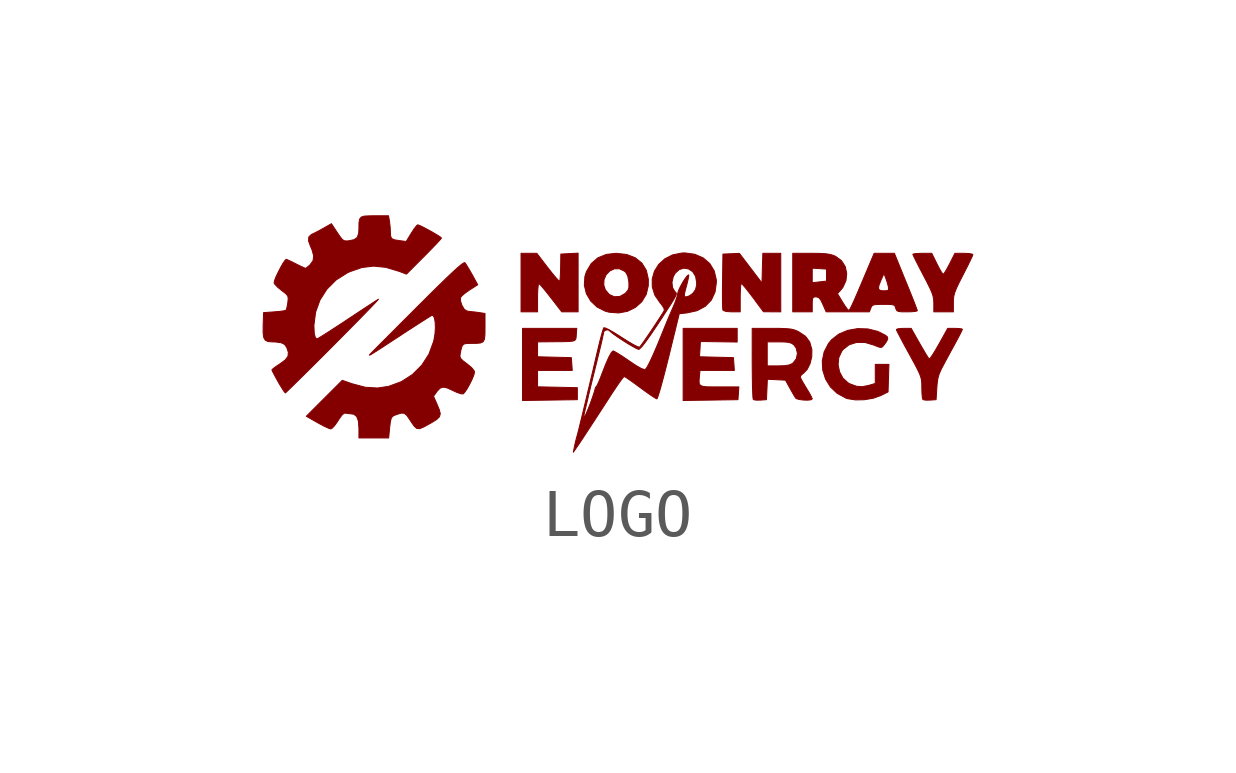
<source format=kicad_sym>
(kicad_symbol_lib
  (version 20231120)
  (generator "kicad_symbol_editor")
  (generator_version "8.0")
  (symbol "LOGO"
    (pin_names
      (offset 1.016))
    (property "Reference" "#G"
      (at 0 4.064 0)
      (effects (font (size 1.27 1.27)) (hide yes)))
    (symbol "LOGO_0_0"
      (polyline (pts (xy 1.947 -1.401) (xy 2.518 -1.392) (xy 2.528 -1.259) (xy 2.537 -1.126) (xy 2.131 -1.126) (xy 2.006 -1.126) (xy 1.871 -1.124) (xy 1.783 -1.114) (xy 1.732 -1.091) (xy 1.71 -1.052) (xy 1.708 -0.99) (xy 1.716 -0.901) (xy 1.727 -0.782) (xy 2.085 -0.782) (xy 2.443 -0.782) (xy 2.434 -0.649) (xy 2.424 -0.516) (xy 2.071 -0.507) (xy 1.717 -0.498) (xy 1.727 -0.339) (xy 1.736 -0.18) (xy 2.119 -0.185) (xy 2.502 -0.191) (xy 2.502 -0.049) (xy 2.502 0.094) (xy 1.939 0.094) (xy 1.376 0.094) (xy 1.376 -0.658) (xy 1.376 -1.409) (xy 1.947 -1.401)) (stroke (width 0.01) (type default)) (fill (type outline)))
      (polyline (pts (xy -1.4 -1.401) (xy -0.829 -1.392) (xy -0.829 -1.267) (xy -0.829 -1.142) (xy -1.243 -1.133) (xy -1.658 -1.124) (xy -1.658 -0.953) (xy -1.658 -0.782) (xy -1.296 -0.782) (xy -0.935 -0.782) (xy -0.944 -0.649) (xy -0.954 -0.516) (xy -1.306 -0.507) (xy -1.658 -0.498) (xy -1.658 -0.343) (xy -1.658 -0.188) (xy -1.353 -0.185) (xy -1.274 -0.184) (xy -1.11 -0.183) (xy -0.996 -0.179) (xy -0.923 -0.171) (xy -0.881 -0.155) (xy -0.861 -0.13) (xy -0.854 -0.092) (xy -0.851 -0.039) (xy -0.841 0.094) (xy -1.406 0.094) (xy -1.971 0.094) (xy -1.971 -0.658) (xy -1.971 -1.409) (xy -1.4 -1.401)) (stroke (width 0.01) (type default)) (fill (type outline)))
      (polyline (pts (xy 2.565 0.735) (xy 2.566 0.812) (xy 2.571 0.925) (xy 2.578 1.002) (xy 2.588 1.031) (xy 2.614 1.008) (xy 2.668 0.945) (xy 2.743 0.85) (xy 2.831 0.735) (xy 3.05 0.44) (xy 3.23 0.439) (xy 3.41 0.438) (xy 3.41 1.048) (xy 3.41 1.658) (xy 3.223 1.658) (xy 3.037 1.658) (xy 3.027 1.348) (xy 3.019 1.038) (xy 2.784 1.347) (xy 2.549 1.656) (xy 2.377 1.649) (xy 2.205 1.642) (xy 2.197 1.08) (xy 2.195 0.917) (xy 2.195 0.751) (xy 2.196 0.616) (xy 2.199 0.521) (xy 2.204 0.478) (xy 2.212 0.467) (xy 2.275 0.445) (xy 2.392 0.438) (xy 2.565 0.438) (xy 2.565 0.735)) (stroke (width 0.01) (type default)) (fill (type outline)))
      (polyline (pts (xy -1.658 0.738) (xy -1.657 0.814) (xy -1.651 0.928) (xy -1.642 1.003) (xy -1.629 1.027) (xy -1.602 1.002) (xy -1.545 0.937) (xy -1.467 0.842) (xy -1.377 0.727) (xy -1.153 0.438) (xy -0.983 0.438) (xy -0.813 0.438) (xy -0.813 1.049) (xy -0.813 1.661) (xy -0.993 1.652) (xy -1.173 1.642) (xy -1.177 1.367) (xy -1.178 1.313) (xy -1.183 1.197) (xy -1.189 1.113) (xy -1.197 1.076) (xy -1.197 1.076) (xy -1.223 1.094) (xy -1.278 1.154) (xy -1.354 1.245) (xy -1.444 1.359) (xy -1.673 1.658) (xy -1.838 1.658) (xy -2.002 1.658) (xy -2.002 1.048) (xy -2.002 0.438) (xy -1.83 0.438) (xy -1.658 0.438) (xy -1.658 0.738)) (stroke (width 0.01) (type default)) (fill (type outline)))
      (polyline (pts (xy 7.007 0.628) (xy 7.008 0.691) (xy 7.016 0.764) (xy 7.036 0.84) (xy 7.072 0.931) (xy 7.128 1.05) (xy 7.21 1.21) (xy 7.236 1.261) (xy 7.306 1.398) (xy 7.362 1.513) (xy 7.4 1.594) (xy 7.414 1.63) (xy 7.393 1.643) (xy 7.325 1.654) (xy 7.226 1.658) (xy 7.039 1.658) (xy 6.929 1.439) (xy 6.915 1.413) (xy 6.862 1.315) (xy 6.819 1.246) (xy 6.795 1.22) (xy 6.792 1.222) (xy 6.763 1.259) (xy 6.718 1.336) (xy 6.665 1.439) (xy 6.557 1.658) (xy 6.359 1.658) (xy 6.265 1.655) (xy 6.191 1.648) (xy 6.162 1.637) (xy 6.166 1.628) (xy 6.192 1.571) (xy 6.24 1.475) (xy 6.305 1.348) (xy 6.381 1.202) (xy 6.453 1.064) (xy 6.518 0.933) (xy 6.561 0.835) (xy 6.586 0.757) (xy 6.597 0.687) (xy 6.6 0.613) (xy 6.6 0.438) (xy 6.804 0.438) (xy 7.007 0.438) (xy 7.007 0.628)) (stroke (width 0.01) (type default)) (fill (type outline)))
      (polyline (pts (xy 0.218 0.45) (xy 0.381 0.53) (xy 0.514 0.649) (xy 0.607 0.802) (xy 0.65 0.983) (xy 0.651 1.118) (xy 0.609 1.303) (xy 0.517 1.453) (xy 0.379 1.564) (xy 0.199 1.634) (xy -0.021 1.658) (xy -0.222 1.636) (xy -0.4 1.565) (xy -0.539 1.445) (xy -0.64 1.275) (xy -0.672 1.173) (xy -0.683 0.995) (xy -0.278 0.995) (xy -0.273 1.11) (xy -0.229 1.211) (xy -0.154 1.289) (xy -0.059 1.334) (xy 0.047 1.336) (xy 0.153 1.286) (xy 0.183 1.258) (xy 0.222 1.185) (xy 0.243 1.07) (xy 0.246 1.036) (xy 0.246 0.948) (xy 0.226 0.888) (xy 0.177 0.831) (xy 0.165 0.82) (xy 0.057 0.759) (xy -0.057 0.753) (xy -0.163 0.8) (xy -0.245 0.897) (xy -0.278 0.995) (xy -0.683 0.995) (xy -0.683 0.992) (xy -0.641 0.818) (xy -0.55 0.663) (xy -0.417 0.537) (xy -0.247 0.452) (xy -0.164 0.43) (xy 0.033 0.415) (xy 0.218 0.45)) (stroke (width 0.01) (type default)) (fill (type outline)))
      (polyline (pts (xy 5.155 -1.393) (xy 5.339 -1.362) (xy 5.495 -1.306) (xy 5.646 -1.231) (xy 5.655 -0.944) (xy 5.664 -0.657) (xy 5.522 -0.657) (xy 5.38 -0.657) (xy 5.38 -0.855) (xy 5.38 -1.054) (xy 5.259 -1.09) (xy 5.24 -1.095) (xy 5.105 -1.122) (xy 4.987 -1.112) (xy 4.855 -1.064) (xy 4.816 -1.043) (xy 4.707 -0.945) (xy 4.636 -0.813) (xy 4.605 -0.664) (xy 4.62 -0.514) (xy 4.684 -0.378) (xy 4.709 -0.347) (xy 4.835 -0.248) (xy 4.99 -0.199) (xy 5.166 -0.2) (xy 5.352 -0.255) (xy 5.438 -0.29) (xy 5.492 -0.305) (xy 5.524 -0.295) (xy 5.554 -0.263) (xy 5.609 -0.189) (xy 5.64 -0.128) (xy 5.634 -0.086) (xy 5.591 -0.049) (xy 5.433 0.031) (xy 5.227 0.082) (xy 5.013 0.089) (xy 4.806 0.053) (xy 4.62 -0.025) (xy 4.467 -0.145) (xy 4.405 -0.221) (xy 4.314 -0.397) (xy 4.275 -0.586) (xy 4.285 -0.777) (xy 4.343 -0.961) (xy 4.444 -1.126) (xy 4.587 -1.262) (xy 4.769 -1.36) (xy 4.807 -1.372) (xy 4.97 -1.397) (xy 5.155 -1.393)) (stroke (width 0.01) (type default)) (fill (type outline)))
      (polyline (pts (xy 6.521 -1.401) (xy 6.647 -1.392) (xy 6.663 -1.142) (xy 6.67 -1.045) (xy 6.686 -0.943) (xy 6.713 -0.851) (xy 6.76 -0.747) (xy 6.832 -0.61) (xy 6.865 -0.55) (xy 6.947 -0.398) (xy 7.027 -0.252) (xy 7.09 -0.136) (xy 7.093 -0.131) (xy 7.144 -0.034) (xy 7.181 0.04) (xy 7.195 0.075) (xy 7.185 0.082) (xy 7.13 0.09) (xy 7.042 0.094) (xy 6.889 0.094) (xy 6.707 -0.233) (xy 6.706 -0.235) (xy 6.634 -0.36) (xy 6.572 -0.46) (xy 6.526 -0.525) (xy 6.504 -0.546) (xy 6.484 -0.519) (xy 6.439 -0.448) (xy 6.377 -0.344) (xy 6.305 -0.219) (xy 6.128 0.094) (xy 5.973 0.094) (xy 5.918 0.092) (xy 5.846 0.084) (xy 5.819 0.07) (xy 5.829 0.044) (xy 5.866 -0.029) (xy 5.924 -0.139) (xy 5.998 -0.278) (xy 6.085 -0.436) (xy 6.106 -0.475) (xy 6.196 -0.639) (xy 6.26 -0.762) (xy 6.304 -0.855) (xy 6.33 -0.928) (xy 6.344 -0.993) (xy 6.349 -1.061) (xy 6.35 -1.142) (xy 6.35 -1.151) (xy 6.353 -1.263) (xy 6.361 -1.348) (xy 6.372 -1.388) (xy 6.38 -1.393) (xy 6.436 -1.402) (xy 6.521 -1.401)) (stroke (width 0.01) (type default)) (fill (type outline)))
      (polyline (pts (xy 4.039 -1.395) (xy 4.066 -1.377) (xy 4.066 -1.374) (xy 4.046 -1.327) (xy 4.002 -1.246) (xy 3.941 -1.145) (xy 3.932 -1.131) (xy 3.873 -1.033) (xy 3.832 -0.956) (xy 3.816 -0.915) (xy 3.837 -0.88) (xy 3.891 -0.834) (xy 3.962 -0.76) (xy 4.021 -0.64) (xy 4.056 -0.499) (xy 4.059 -0.357) (xy 4.057 -0.342) (xy 4.014 -0.19) (xy 3.926 -0.071) (xy 3.784 0.023) (xy 3.756 0.037) (xy 3.693 0.062) (xy 3.623 0.079) (xy 3.532 0.088) (xy 3.406 0.093) (xy 3.231 0.094) (xy 2.815 0.094) (xy 2.815 -0.438) (xy 3.128 -0.438) (xy 3.128 -0.188) (xy 3.373 -0.188) (xy 3.481 -0.189) (xy 3.576 -0.198) (xy 3.638 -0.218) (xy 3.685 -0.252) (xy 3.733 -0.319) (xy 3.757 -0.427) (xy 3.736 -0.536) (xy 3.671 -0.623) (xy 3.644 -0.643) (xy 3.58 -0.67) (xy 3.491 -0.684) (xy 3.358 -0.688) (xy 3.128 -0.688) (xy 3.128 -0.438) (xy 2.815 -0.438) (xy 2.815 -0.636) (xy 2.816 -0.761) (xy 2.818 -0.958) (xy 2.821 -1.128) (xy 2.826 -1.262) (xy 2.831 -1.352) (xy 2.838 -1.388) (xy 2.845 -1.393) (xy 2.901 -1.402) (xy 2.986 -1.401) (xy 3.112 -1.392) (xy 3.122 -1.179) (xy 3.131 -0.967) (xy 3.32 -0.976) (xy 3.508 -0.985) (xy 3.603 -1.157) (xy 3.649 -1.239) (xy 3.695 -1.318) (xy 3.723 -1.361) (xy 3.738 -1.372) (xy 3.8 -1.389) (xy 3.885 -1.4) (xy 3.972 -1.402) (xy 4.039 -1.395)) (stroke (width 0.01) (type default)) (fill (type outline)))
      (polyline (pts (xy 4.066 0.594) (xy 4.067 0.656) (xy 4.075 0.719) (xy 4.098 0.746) (xy 4.144 0.751) (xy 4.152 0.75) (xy 4.201 0.736) (xy 4.242 0.689) (xy 4.288 0.594) (xy 4.356 0.438) (xy 4.806 0.438) (xy 5.257 0.438) (xy 5.287 0.516) (xy 5.295 0.537) (xy 5.317 0.569) (xy 5.358 0.586) (xy 5.431 0.593) (xy 5.551 0.594) (xy 5.62 0.594) (xy 5.713 0.591) (xy 5.766 0.579) (xy 5.792 0.556) (xy 5.805 0.516) (xy 5.809 0.502) (xy 5.826 0.467) (xy 5.86 0.447) (xy 5.926 0.439) (xy 6.041 0.438) (xy 6.046 0.438) (xy 6.152 0.441) (xy 6.228 0.45) (xy 6.256 0.461) (xy 6.256 0.464) (xy 6.24 0.51) (xy 6.205 0.603) (xy 6.154 0.733) (xy 6.09 0.892) (xy 6.017 1.071) (xy 5.778 1.658) (xy 5.567 1.658) (xy 5.356 1.658) (xy 5.161 1.196) (xy 5.099 1.049) (xy 5.046 0.925) (xy 5.446 0.925) (xy 5.458 0.996) (xy 5.504 1.11) (xy 5.561 1.236) (xy 5.598 1.142) (xy 5.627 1.056) (xy 5.652 0.962) (xy 5.654 0.953) (xy 5.658 0.9) (xy 5.63 0.88) (xy 5.556 0.876) (xy 5.537 0.876) (xy 5.472 0.888) (xy 5.446 0.925) (xy 5.046 0.925) (xy 5.017 0.856) (xy 4.954 0.711) (xy 4.907 0.607) (xy 4.874 0.537) (xy 4.851 0.495) (xy 4.836 0.475) (xy 4.824 0.47) (xy 4.8 0.492) (xy 4.754 0.555) (xy 4.697 0.644) (xy 4.592 0.818) (xy 4.655 0.886) (xy 4.704 0.946) (xy 4.769 1.089) (xy 4.785 1.238) (xy 4.754 1.381) (xy 4.676 1.504) (xy 4.554 1.594) (xy 4.501 1.617) (xy 4.429 1.637) (xy 4.338 1.65) (xy 4.213 1.656) (xy 4.041 1.658) (xy 3.66 1.658) (xy 3.66 1.197) (xy 4.066 1.197) (xy 4.066 1.349) (xy 4.215 1.339) (xy 4.364 1.329) (xy 4.364 1.204) (xy 4.364 1.079) (xy 4.215 1.062) (xy 4.066 1.045) (xy 4.066 1.197) (xy 3.66 1.197) (xy 3.66 1.048) (xy 3.66 0.438) (xy 3.863 0.438) (xy 4.066 0.438) (xy 4.066 0.594)) (stroke (width 0.01) (type default)) (fill (type outline)))
      (polyline (pts (xy -4.739 -1.969) (xy -4.739 -1.968) (xy -4.725 -1.851) (xy -4.707 -1.78) (xy -4.681 -1.741) (xy -4.64 -1.719) (xy -4.583 -1.697) (xy -4.492 -1.671) (xy -4.431 -1.678) (xy -4.38 -1.722) (xy -4.32 -1.81) (xy -4.287 -1.861) (xy -4.225 -1.948) (xy -4.173 -1.992) (xy -4.113 -1.996) (xy -4.031 -1.962) (xy -3.91 -1.896) (xy -3.866 -1.871) (xy -3.76 -1.805) (xy -3.702 -1.748) (xy -3.685 -1.686) (xy -3.705 -1.602) (xy -3.755 -1.482) (xy -3.826 -1.321) (xy -3.756 -1.224) (xy -3.748 -1.213) (xy -3.689 -1.152) (xy -3.622 -1.131) (xy -3.533 -1.15) (xy -3.409 -1.208) (xy -3.342 -1.239) (xy -3.26 -1.268) (xy -3.211 -1.273) (xy -3.18 -1.244) (xy -3.13 -1.172) (xy -3.075 -1.075) (xy -3.024 -0.972) (xy -2.986 -0.88) (xy -2.972 -0.818) (xy -2.98 -0.789) (xy -3.034 -0.722) (xy -3.13 -0.643) (xy -3.215 -0.579) (xy -3.261 -0.531) (xy -3.276 -0.487) (xy -3.269 -0.429) (xy -3.253 -0.351) (xy -3.23 -0.273) (xy -3.196 -0.234) (xy -3.136 -0.221) (xy -3.035 -0.219) (xy -2.94 -0.219) (xy -2.848 -0.211) (xy -2.792 -0.185) (xy -2.764 -0.131) (xy -2.754 -0.035) (xy -2.753 0.111) (xy -2.753 0.404) (xy -2.854 0.42) (xy -2.955 0.434) (xy -3.066 0.445) (xy -3.126 0.455) (xy -3.183 0.489) (xy -3.23 0.567) (xy -3.24 0.588) (xy -3.265 0.672) (xy -3.265 0.733) (xy -3.236 0.77) (xy -3.167 0.829) (xy -3.075 0.894) (xy -2.905 1.003) (xy -3.02 1.213) (xy -3.029 1.229) (xy -3.089 1.333) (xy -3.14 1.417) (xy -3.171 1.461) (xy -3.176 1.464) (xy -3.202 1.455) (xy -3.249 1.422) (xy -3.322 1.361) (xy -3.423 1.269) (xy -3.555 1.144) (xy -3.721 0.983) (xy -3.924 0.782) (xy -4.168 0.539) (xy -4.298 0.408) (xy -4.493 0.214) (xy -4.671 0.035) (xy -4.828 -0.122) (xy -4.96 -0.254) (xy -5.061 -0.356) (xy -5.127 -0.423) (xy -5.153 -0.451) (xy -5.156 -0.454) (xy -5.162 -0.464) (xy -5.152 -0.463) (xy -5.123 -0.447) (xy -5.069 -0.414) (xy -4.984 -0.36) (xy -4.862 -0.281) (xy -4.7 -0.175) (xy -4.49 -0.038) (xy -4.403 0.02) (xy -4.237 0.127) (xy -4.093 0.22) (xy -3.976 0.294) (xy -3.897 0.344) (xy -3.861 0.365) (xy -3.837 0.362) (xy -3.809 0.316) (xy -3.792 0.228) (xy -3.787 0.112) (xy -3.795 -0.019) (xy -3.818 -0.153) (xy -3.825 -0.181) (xy -3.922 -0.444) (xy -4.071 -0.674) (xy -4.264 -0.867) (xy -4.495 -1.016) (xy -4.76 -1.114) (xy -4.992 -1.149) (xy -5.249 -1.133) (xy -5.524 -1.06) (xy -5.727 -0.989) (xy -6.102 -1.363) (xy -6.477 -1.738) (xy -6.245 -1.87) (xy -6.207 -1.891) (xy -6.099 -1.948) (xy -6.014 -1.987) (xy -5.967 -2.002) (xy -5.931 -1.981) (xy -5.876 -1.919) (xy -5.814 -1.829) (xy -5.793 -1.794) (xy -5.734 -1.713) (xy -5.689 -1.675) (xy -5.646 -1.673) (xy -5.607 -1.681) (xy -5.531 -1.689) (xy -5.488 -1.695) (xy -5.427 -1.742) (xy -5.391 -1.838) (xy -5.38 -1.989) (xy -5.38 -2.19) (xy -5.071 -2.19) (xy -4.761 -2.19) (xy -4.739 -1.969)) (stroke (width 0.01) (type default)) (fill (type outline)))
      (polyline (pts (xy -6.899 -1.239) (xy -6.844 -1.187) (xy -6.753 -1.098) (xy -6.63 -0.977) (xy -6.48 -0.829) (xy -6.307 -0.657) (xy -6.116 -0.467) (xy -5.912 -0.262) (xy -5.75 -0.099) (xy -5.561 0.092) (xy -5.39 0.265) (xy -5.244 0.415) (xy -5.124 0.538) (xy -5.037 0.63) (xy -4.985 0.686) (xy -4.974 0.702) (xy -4.989 0.693) (xy -5.053 0.652) (xy -5.156 0.584) (xy -5.291 0.496) (xy -5.45 0.391) (xy -5.624 0.276) (xy -5.725 0.209) (xy -5.889 0.102) (xy -6.031 0.01) (xy -6.145 -0.062) (xy -6.222 -0.109) (xy -6.254 -0.125) (xy -6.289 -0.098) (xy -6.311 -0.011) (xy -6.318 0.136) (xy -6.318 0.159) (xy -6.283 0.432) (xy -6.191 0.686) (xy -6.047 0.911) (xy -5.856 1.102) (xy -5.622 1.25) (xy -5.566 1.276) (xy -5.318 1.362) (xy -5.073 1.391) (xy -4.819 1.365) (xy -4.545 1.283) (xy -4.39 1.224) (xy -4.025 1.59) (xy -3.937 1.679) (xy -3.827 1.792) (xy -3.739 1.884) (xy -3.681 1.948) (xy -3.66 1.976) (xy -3.684 1.998) (xy -3.749 2.04) (xy -3.84 2.094) (xy -3.941 2.15) (xy -4.037 2.201) (xy -4.114 2.238) (xy -4.155 2.252) (xy -4.182 2.23) (xy -4.231 2.167) (xy -4.289 2.078) (xy -4.395 1.904) (xy -4.53 1.922) (xy -4.533 1.922) (xy -4.638 1.939) (xy -4.695 1.964) (xy -4.719 2.01) (xy -4.724 2.09) (xy -4.724 2.091) (xy -4.73 2.207) (xy -4.743 2.323) (xy -4.763 2.44) (xy -5.053 2.44) (xy -5.153 2.439) (xy -5.265 2.434) (xy -5.332 2.413) (xy -5.366 2.369) (xy -5.379 2.293) (xy -5.38 2.175) (xy -5.386 2.072) (xy -5.416 1.989) (xy -5.48 1.943) (xy -5.59 1.919) (xy -5.622 1.916) (xy -5.676 1.917) (xy -5.719 1.94) (xy -5.765 1.994) (xy -5.831 2.09) (xy -5.953 2.275) (xy -6.128 2.176) (xy -6.214 2.128) (xy -6.303 2.082) (xy -6.359 2.056) (xy -6.372 2.05) (xy -6.425 1.998) (xy -6.43 1.915) (xy -6.386 1.794) (xy -6.357 1.729) (xy -6.323 1.603) (xy -6.337 1.503) (xy -6.399 1.419) (xy -6.407 1.411) (xy -6.463 1.364) (xy -6.493 1.345) (xy -6.525 1.357) (xy -6.598 1.391) (xy -6.694 1.439) (xy -6.788 1.486) (xy -6.862 1.52) (xy -6.895 1.533) (xy -6.917 1.515) (xy -6.96 1.454) (xy -7.011 1.365) (xy -7.064 1.262) (xy -7.111 1.163) (xy -7.141 1.083) (xy -7.148 1.039) (xy -7.129 1.009) (xy -7.069 0.947) (xy -6.986 0.88) (xy -6.979 0.874) (xy -6.901 0.814) (xy -6.863 0.768) (xy -6.854 0.714) (xy -6.862 0.632) (xy -6.869 0.59) (xy -6.885 0.511) (xy -6.9 0.472) (xy -6.901 0.471) (xy -6.944 0.46) (xy -7.03 0.448) (xy -7.142 0.438) (xy -7.367 0.422) (xy -7.376 0.161) (xy -7.376 0.15) (xy -7.377 0.001) (xy -7.364 -0.097) (xy -7.331 -0.154) (xy -7.272 -0.181) (xy -7.183 -0.188) (xy -7.117 -0.19) (xy -7.002 -0.205) (xy -6.93 -0.24) (xy -6.886 -0.301) (xy -6.851 -0.404) (xy -6.858 -0.487) (xy -6.913 -0.562) (xy -7.022 -0.643) (xy -7.107 -0.699) (xy -7.17 -0.746) (xy -7.194 -0.771) (xy -7.192 -0.778) (xy -7.168 -0.828) (xy -7.123 -0.913) (xy -7.063 -1.02) (xy -7.04 -1.062) (xy -6.981 -1.159) (xy -6.937 -1.226) (xy -6.914 -1.251) (xy -6.899 -1.239)) (stroke (width 0.01) (type default)) (fill (type outline)))
      (polyline (pts (xy -0.847 -2.393) (xy -0.807 -2.336) (xy -0.729 -2.219) (xy -0.62 -2.052) (xy -0.48 -1.838) (xy -0.311 -1.578) (xy -0.115 -1.275) (xy -0.085 -1.229) (xy -0.0003 -1.103) (xy 0.071 -1.001) (xy 0.123 -0.933) (xy 0.148 -0.908) (xy 0.148 -0.909) (xy 0.185 -0.929) (xy 0.26 -0.98) (xy 0.364 -1.054) (xy 0.485 -1.143) (xy 0.494 -1.15) (xy 0.615 -1.238) (xy 0.718 -1.31) (xy 0.793 -1.358) (xy 0.829 -1.376) (xy 0.832 -1.373) (xy 0.85 -1.329) (xy 0.881 -1.233) (xy 0.921 -1.093) (xy 0.968 -0.918) (xy 1.021 -0.714) (xy 1.078 -0.488) (xy 1.295 0.399) (xy 1.457 0.416) (xy 1.666 0.462) (xy 1.837 0.553) (xy 1.964 0.684) (xy 2.042 0.853) (xy 2.069 1.055) (xy 2.067 1.108) (xy 2.024 1.291) (xy 1.931 1.444) (xy 1.794 1.562) (xy 1.619 1.638) (xy 1.414 1.666) (xy 1.348 1.664) (xy 1.155 1.625) (xy 0.993 1.543) (xy 0.866 1.426) (xy 0.777 1.284) (xy 0.731 1.123) (xy 0.733 0.955) (xy 0.786 0.786) (xy 0.896 0.625) (xy 0.925 0.592) (xy 0.977 0.512) (xy 0.982 0.463) (xy 0.942 0.398) (xy 0.869 0.285) (xy 0.786 0.158) (xy 0.699 0.028) (xy 0.616 -0.094) (xy 0.545 -0.196) (xy 0.493 -0.268) (xy 0.467 -0.299) (xy 0.463 -0.299) (xy 0.418 -0.284) (xy 0.333 -0.241) (xy 0.221 -0.175) (xy 0.091 -0.092) (xy 0.073 -0.08) (xy -0.059 0.003) (xy -0.167 0.065) (xy -0.243 0.101) (xy -0.277 0.107) (xy -0.282 0.099) (xy -0.302 0.04) (xy -0.331 -0.064) (xy -0.367 -0.201) (xy -0.405 -0.36) (xy -0.429 -0.461) (xy -0.505 -0.787) (xy -0.578 -1.092) (xy -0.644 -1.371) (xy -0.704 -1.619) (xy -0.737 -1.758) (xy -0.694 -1.758) (xy -0.69 -1.709) (xy -0.666 -1.602) (xy -0.648 -1.53) (xy -0.617 -1.402) (xy -0.594 -1.298) (xy -0.579 -1.237) (xy -0.552 -1.122) (xy -0.515 -0.97) (xy -0.471 -0.793) (xy -0.424 -0.604) (xy -0.38 -0.425) (xy -0.34 -0.261) (xy -0.309 -0.126) (xy -0.289 -0.032) (xy -0.281 0.013) (xy -0.279 0.026) (xy -0.242 0.056) (xy -0.189 0.063) (xy -0.151 0.039) (xy -0.141 0.026) (xy -0.086 -0.018) (xy 0.003 -0.081) (xy 0.11 -0.152) (xy 0.222 -0.223) (xy 0.326 -0.284) (xy 0.407 -0.328) (xy 0.45 -0.344) (xy 0.467 -0.336) (xy 0.521 -0.281) (xy 0.602 -0.177) (xy 0.708 -0.027) (xy 0.837 0.164) (xy 0.928 0.302) (xy 1.038 0.472) (xy 1.121 0.599) (xy 1.178 0.692) (xy 1.213 0.756) (xy 1.231 0.798) (xy 1.233 0.825) (xy 1.225 0.842) (xy 1.208 0.857) (xy 1.202 0.862) (xy 1.155 0.943) (xy 1.143 1.053) (xy 1.17 1.17) (xy 1.21 1.242) (xy 1.294 1.319) (xy 1.391 1.348) (xy 1.489 1.332) (xy 1.575 1.275) (xy 1.635 1.179) (xy 1.658 1.048) (xy 1.656 0.992) (xy 1.634 0.9) (xy 1.581 0.828) (xy 1.577 0.823) (xy 1.507 0.772) (xy 1.444 0.751) (xy 1.423 0.751) (xy 1.404 0.761) (xy 1.401 0.793) (xy 1.414 0.86) (xy 1.444 0.974) (xy 1.449 0.99) (xy 1.475 1.097) (xy 1.491 1.174) (xy 1.493 1.208) (xy 1.492 1.209) (xy 1.464 1.192) (xy 1.42 1.136) (xy 1.369 1.056) (xy 1.32 0.968) (xy 1.282 0.887) (xy 1.265 0.829) (xy 1.249 0.756) (xy 1.213 0.648) (xy 1.165 0.532) (xy 1.15 0.498) (xy 1.09 0.36) (xy 1.023 0.2) (xy 0.961 0.047) (xy 0.934 -0.02) (xy 0.834 -0.264) (xy 0.747 -0.465) (xy 0.676 -0.617) (xy 0.623 -0.717) (xy 0.588 -0.762) (xy 0.569 -0.765) (xy 0.503 -0.742) (xy 0.396 -0.681) (xy 0.243 -0.579) (xy 0.128 -0.5) (xy 0.024 -0.434) (xy -0.05 -0.39) (xy -0.084 -0.375) (xy -0.117 -0.406) (xy -0.169 -0.497) (xy -0.235 -0.646) (xy -0.316 -0.852) (xy -0.341 -0.919) (xy -0.385 -1.026) (xy -0.419 -1.099) (xy -0.438 -1.126) (xy -0.446 -1.129) (xy -0.459 -1.165) (xy -0.462 -1.182) (xy -0.482 -1.251) (xy -0.517 -1.355) (xy -0.562 -1.479) (xy -0.598 -1.572) (xy -0.647 -1.688) (xy -0.679 -1.75) (xy -0.694 -1.758) (xy -0.737 -1.758) (xy -0.755 -1.829) (xy -0.795 -1.995) (xy -0.825 -2.112) (xy -0.842 -2.174) (xy -0.868 -2.271) (xy -0.891 -2.377) (xy -0.912 -2.487) (xy -0.847 -2.393)) (stroke (width 0.01) (type default)) (fill (type outline))))))
</source>
